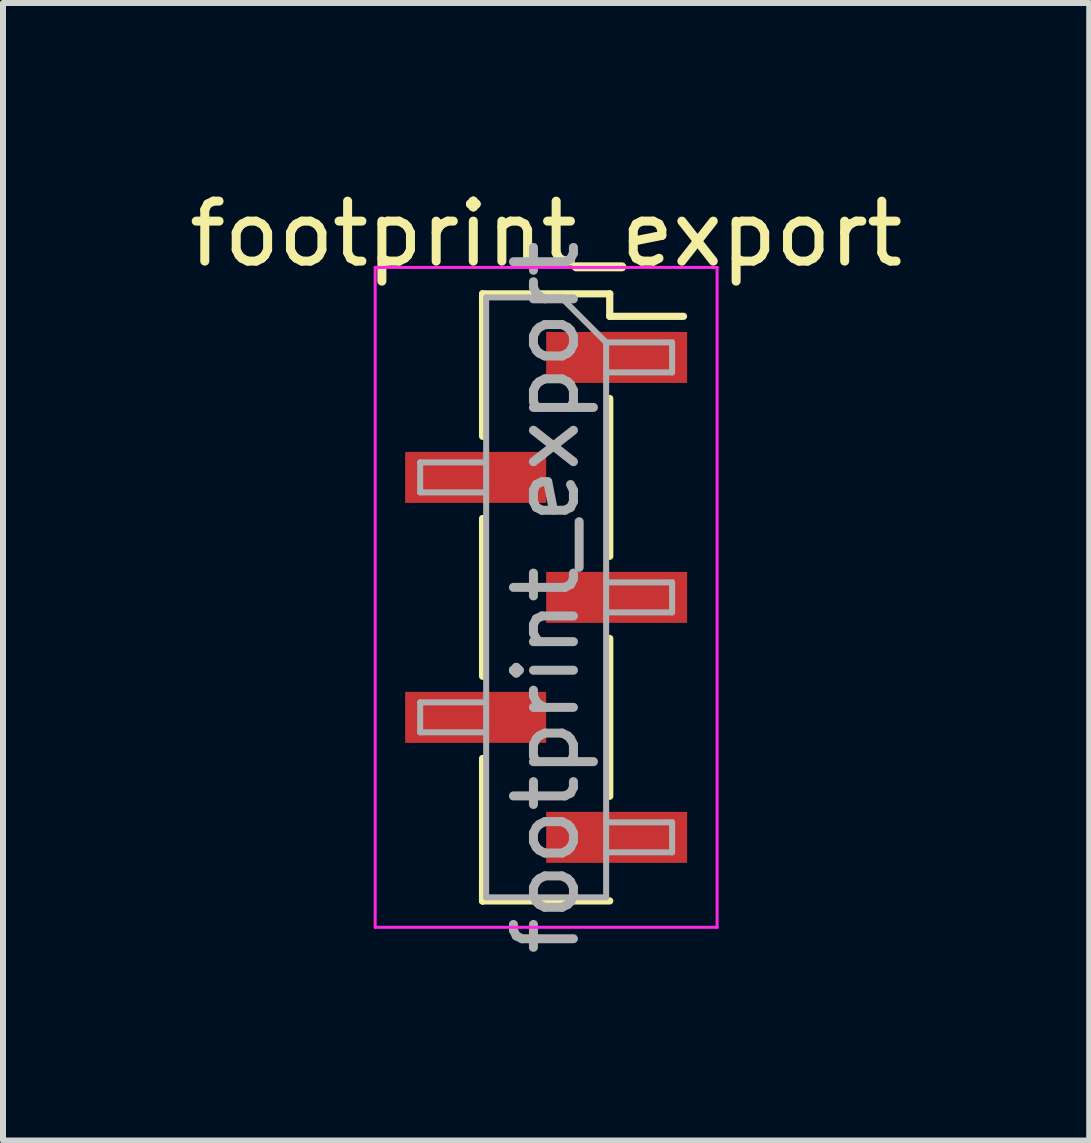
<source format=kicad_pcb>
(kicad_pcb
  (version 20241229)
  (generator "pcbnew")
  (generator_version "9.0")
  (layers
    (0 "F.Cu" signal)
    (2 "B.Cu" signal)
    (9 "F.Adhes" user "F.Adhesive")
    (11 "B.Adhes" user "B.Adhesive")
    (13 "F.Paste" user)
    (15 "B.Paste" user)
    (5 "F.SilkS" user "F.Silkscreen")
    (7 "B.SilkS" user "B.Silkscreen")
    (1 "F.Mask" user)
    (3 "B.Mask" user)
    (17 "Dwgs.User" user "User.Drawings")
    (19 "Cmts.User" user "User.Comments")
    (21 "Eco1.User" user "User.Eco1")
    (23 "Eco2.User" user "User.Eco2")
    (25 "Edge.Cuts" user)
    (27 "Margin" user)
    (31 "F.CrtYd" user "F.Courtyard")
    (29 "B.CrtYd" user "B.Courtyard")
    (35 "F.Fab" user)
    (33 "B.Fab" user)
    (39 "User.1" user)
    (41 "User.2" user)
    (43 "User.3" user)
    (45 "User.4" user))
  (footprint "footprint_export"
    (layer "F.Cu")
    (at 6.054 6.908)
    (property "Reference" "footprint_export" (at 0 -6.06 0) (layer "F.SilkS") (effects (font (size 1 1) (thickness 0.15))))
    (attr smd)
    (fp_line (start -1.06 -5.06) (end -1.06 -2.685) (stroke (width 0.12) (type solid)) (layer "F.SilkS"))
    (fp_line (start -1.06 -5.06) (end 1.06 -5.06) (stroke (width 0.12) (type solid)) (layer "F.SilkS"))
    (fp_line (start -1.06 -1.315) (end -1.06 1.315) (stroke (width 0.12) (type solid)) (layer "F.SilkS"))
    (fp_line (start -1.06 2.685) (end -1.06 5.06) (stroke (width 0.12) (type solid)) (layer "F.SilkS"))
    (fp_line (start -1.06 4.685) (end -1.06 5.06) (stroke (width 0.12) (type solid)) (layer "F.SilkS"))
    (fp_line (start -1.06 5.06) (end 1.06 5.06) (stroke (width 0.12) (type solid)) (layer "F.SilkS"))
    (fp_line (start 1.06 -5.06) (end 1.06 -4.685) (stroke (width 0.12) (type solid)) (layer "F.SilkS"))
    (fp_line (start 1.06 -4.685) (end 2.29 -4.685) (stroke (width 0.12) (type solid)) (layer "F.SilkS"))
    (fp_line (start 1.06 -3.315) (end 1.06 -0.685) (stroke (width 0.12) (type solid)) (layer "F.SilkS"))
    (fp_line (start 1.06 0.685) (end 1.06 3.315) (stroke (width 0.12) (type solid)) (layer "F.SilkS"))
    (fp_line (start -2.85 -5.5) (end -2.85 5.5) (stroke (width 0.05) (type solid)) (layer "F.CrtYd"))
    (fp_line (start -2.85 5.5) (end 2.85 5.5) (stroke (width 0.05) (type solid)) (layer "F.CrtYd"))
    (fp_line (start 2.85 -5.5) (end -2.85 -5.5) (stroke (width 0.05) (type solid)) (layer "F.CrtYd"))
    (fp_line (start 2.85 5.5) (end 2.85 -5.5) (stroke (width 0.05) (type solid)) (layer "F.CrtYd"))
    (fp_line (start -2.1 -2.25) (end -2.1 -1.75) (stroke (width 0.1) (type solid)) (layer "F.Fab"))
    (fp_line (start -2.1 -1.75) (end -1 -1.75) (stroke (width 0.1) (type solid)) (layer "F.Fab"))
    (fp_line (start -2.1 1.75) (end -2.1 2.25) (stroke (width 0.1) (type solid)) (layer "F.Fab"))
    (fp_line (start -2.1 2.25) (end -1 2.25) (stroke (width 0.1) (type solid)) (layer "F.Fab"))
    (fp_line (start -1 -5) (end -1 5) (stroke (width 0.1) (type solid)) (layer "F.Fab"))
    (fp_line (start -1 -5) (end 0.25 -5) (stroke (width 0.1) (type solid)) (layer "F.Fab"))
    (fp_line (start -1 -2.25) (end -2.1 -2.25) (stroke (width 0.1) (type solid)) (layer "F.Fab"))
    (fp_line (start -1 1.75) (end -2.1 1.75) (stroke (width 0.1) (type solid)) (layer "F.Fab"))
    (fp_line (start 1 -4.25) (end 0.25 -5) (stroke (width 0.1) (type solid)) (layer "F.Fab"))
    (fp_line (start 1 -4.25) (end 2.1 -4.25) (stroke (width 0.1) (type solid)) (layer "F.Fab"))
    (fp_line (start 1 -0.25) (end 2.1 -0.25) (stroke (width 0.1) (type solid)) (layer "F.Fab"))
    (fp_line (start 1 3.75) (end 2.1 3.75) (stroke (width 0.1) (type solid)) (layer "F.Fab"))
    (fp_line (start 1 5) (end -1 5) (stroke (width 0.1) (type solid)) (layer "F.Fab"))
    (fp_line (start 1 5) (end 1 -4.25) (stroke (width 0.1) (type solid)) (layer "F.Fab"))
    (fp_line (start 2.1 -4.25) (end 2.1 -3.75) (stroke (width 0.1) (type solid)) (layer "F.Fab"))
    (fp_line (start 2.1 -3.75) (end 1 -3.75) (stroke (width 0.1) (type solid)) (layer "F.Fab"))
    (fp_line (start 2.1 -0.25) (end 2.1 0.25) (stroke (width 0.1) (type solid)) (layer "F.Fab"))
    (fp_line (start 2.1 0.25) (end 1 0.25) (stroke (width 0.1) (type solid)) (layer "F.Fab"))
    (fp_line (start 2.1 3.75) (end 2.1 4.25) (stroke (width 0.1) (type solid)) (layer "F.Fab"))
    (fp_line (start 2.1 4.25) (end 1 4.25) (stroke (width 0.1) (type solid)) (layer "F.Fab"))
    (fp_text user "${REFERENCE}" (at 0 0 90) (layer "F.Fab") (effects (font (size 1 1) (thickness 0.15))))
    (pad "1" smd rect (at 1.175 -4) (size 2.35 0.85) (layers "F.Cu" "F.Mask" "F.Paste"))
    (pad "2" smd rect (at -1.175 -2) (size 2.35 0.85) (layers "F.Cu" "F.Mask" "F.Paste"))
    (pad "3" smd rect (at 1.175 0) (size 2.35 0.85) (layers "F.Cu" "F.Mask" "F.Paste"))
    (pad "4" smd rect (at -1.175 2) (size 2.35 0.85) (layers "F.Cu" "F.Mask" "F.Paste"))
    (pad "5" smd rect (at 1.175 4) (size 2.35 0.85) (layers "F.Cu" "F.Mask" "F.Paste")))
  (gr_rect
    (start -3 -3)
    (end 15.107 15.962)
    (stroke (width 0.1) (type default))
    (fill no)
    (layer "Edge.Cuts")))
</source>
